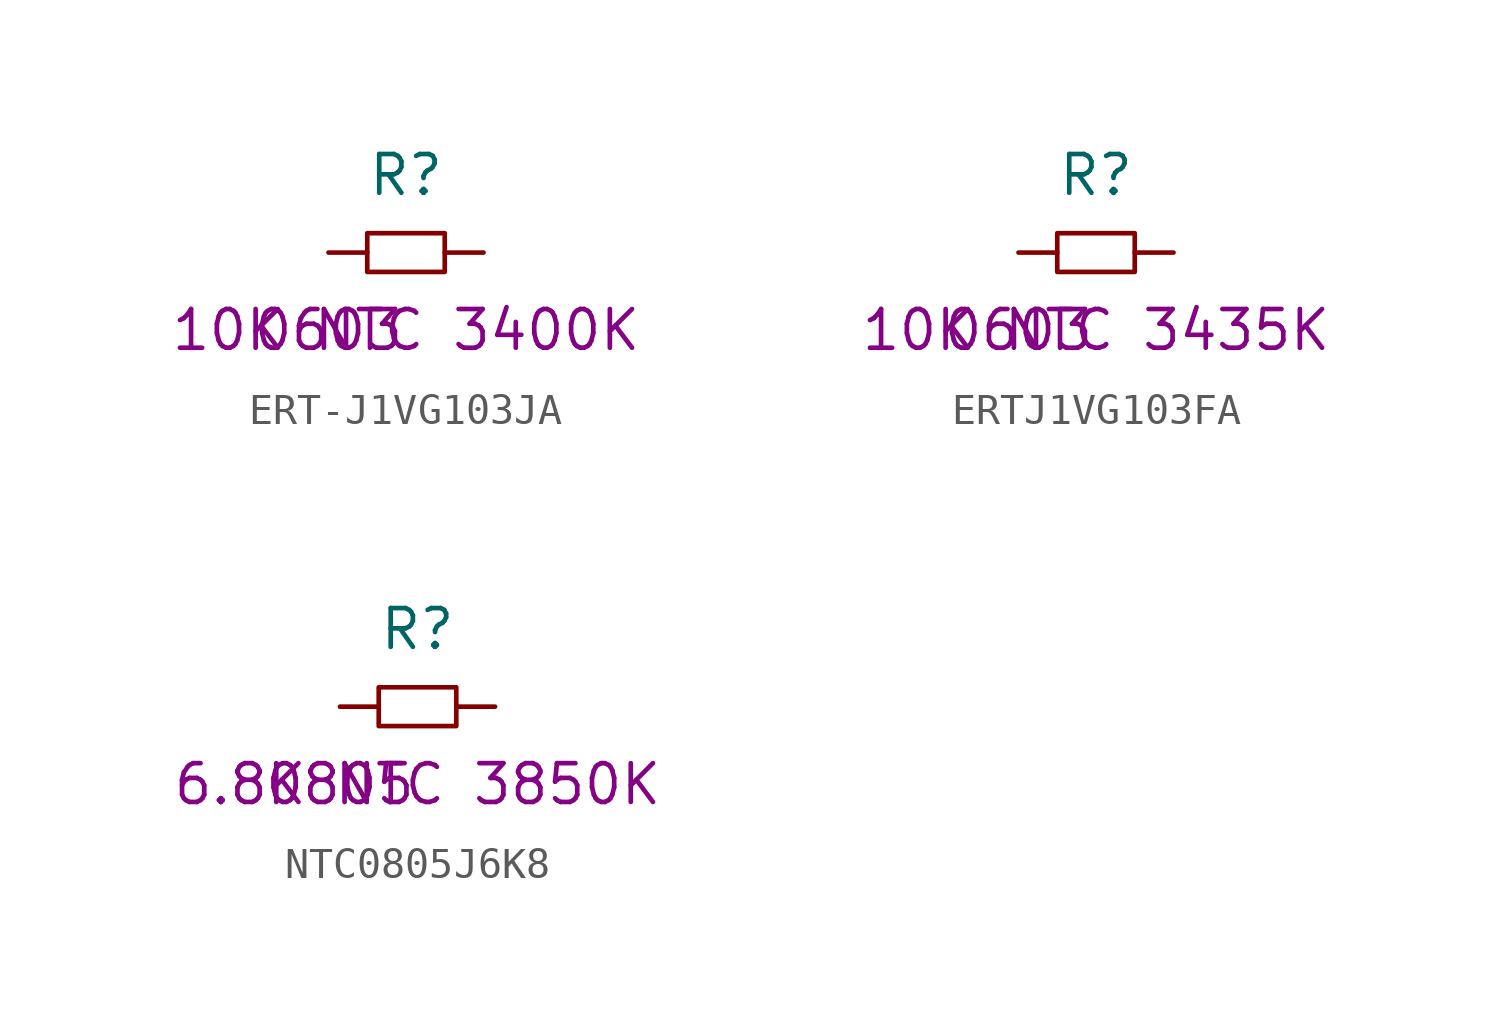
<source format=kicad_sym>
(kicad_symbol_lib
  (version 20220914)
  (generator kicad_symbol_editor)
  (symbol "ERT-J1VG103JA"
    (pin_numbers hide)
    (pin_names
      (offset 1.016) hide)
    (property "Reference" "R"
      (at 0 2.54 0)
      (effects (font (size 1.27 1.27))))
    (property "Value2" "10K NTC 3400K"
      (at 0 -2.54 0)
      (effects (font (size 1.27 1.27))))
    (property "Size" "0603"
      (at -2.54 -2.54 0)
      (effects (font (size 1.27 1.27))))
    (symbol "ERT-J1VG103JA_0_1"
      (rectangle (start -1.27 0.635) (end 1.27 -0.635) (stroke (width 0) (type solid)) (fill (type none))))
    (symbol "ERT-J1VG103JA_1_1"
      (pin passive line (at -2.54 0 0) (length 1.27) (name "1" (effects (font (size 1.27 1.27)))) (number "1" (effects (font (size 1.27 1.27)))))
      (pin passive line (at 2.54 0 180) (length 1.27) (name "2" (effects (font (size 1.27 1.27)))) (number "2" (effects (font (size 1.27 1.27)))))))
  (symbol "ERTJ1VG103FA"
    (pin_numbers hide)
    (pin_names
      (offset 1.016) hide)
    (property "Reference" "R"
      (at 0 2.54 0)
      (effects (font (size 1.27 1.27))))
    (property "Value2" "10K NTC 3435K"
      (at 0 -2.54 0)
      (effects (font (size 1.27 1.27))))
    (property "Size" "0603"
      (at -2.54 -2.54 0)
      (effects (font (size 1.27 1.27))))
    (symbol "ERTJ1VG103FA_0_1"
      (rectangle (start -1.27 0.635) (end 1.27 -0.635) (stroke (width 0) (type solid)) (fill (type none))))
    (symbol "ERTJ1VG103FA_1_1"
      (pin passive line (at -2.54 0 0) (length 1.27) (name "1" (effects (font (size 1.27 1.27)))) (number "1" (effects (font (size 1.27 1.27)))))
      (pin passive line (at 2.54 0 180) (length 1.27) (name "2" (effects (font (size 1.27 1.27)))) (number "2" (effects (font (size 1.27 1.27)))))))
  (symbol "NTC0805J6K8"
    (pin_numbers hide)
    (pin_names
      (offset 1.016) hide)
    (property "Reference" "R"
      (at 0 2.54 0)
      (effects (font (size 1.27 1.27))))
    (property "Value2" "6.8K NTC 3850K"
      (at 0 -2.54 0)
      (effects (font (size 1.27 1.27))))
    (property "Size" "0805"
      (at -2.54 -2.54 0)
      (effects (font (size 1.27 1.27))))
    (symbol "NTC0805J6K8_0_1"
      (rectangle (start -1.27 0.635) (end 1.27 -0.635) (stroke (width 0) (type solid)) (fill (type none))))
    (symbol "NTC0805J6K8_1_1"
      (pin passive line (at -2.54 0 0) (length 1.27) (name "1" (effects (font (size 1.27 1.27)))) (number "1" (effects (font (size 1.27 1.27)))))
      (pin passive line (at 2.54 0 180) (length 1.27) (name "2" (effects (font (size 1.27 1.27)))) (number "2" (effects (font (size 1.27 1.27))))))))
</source>
